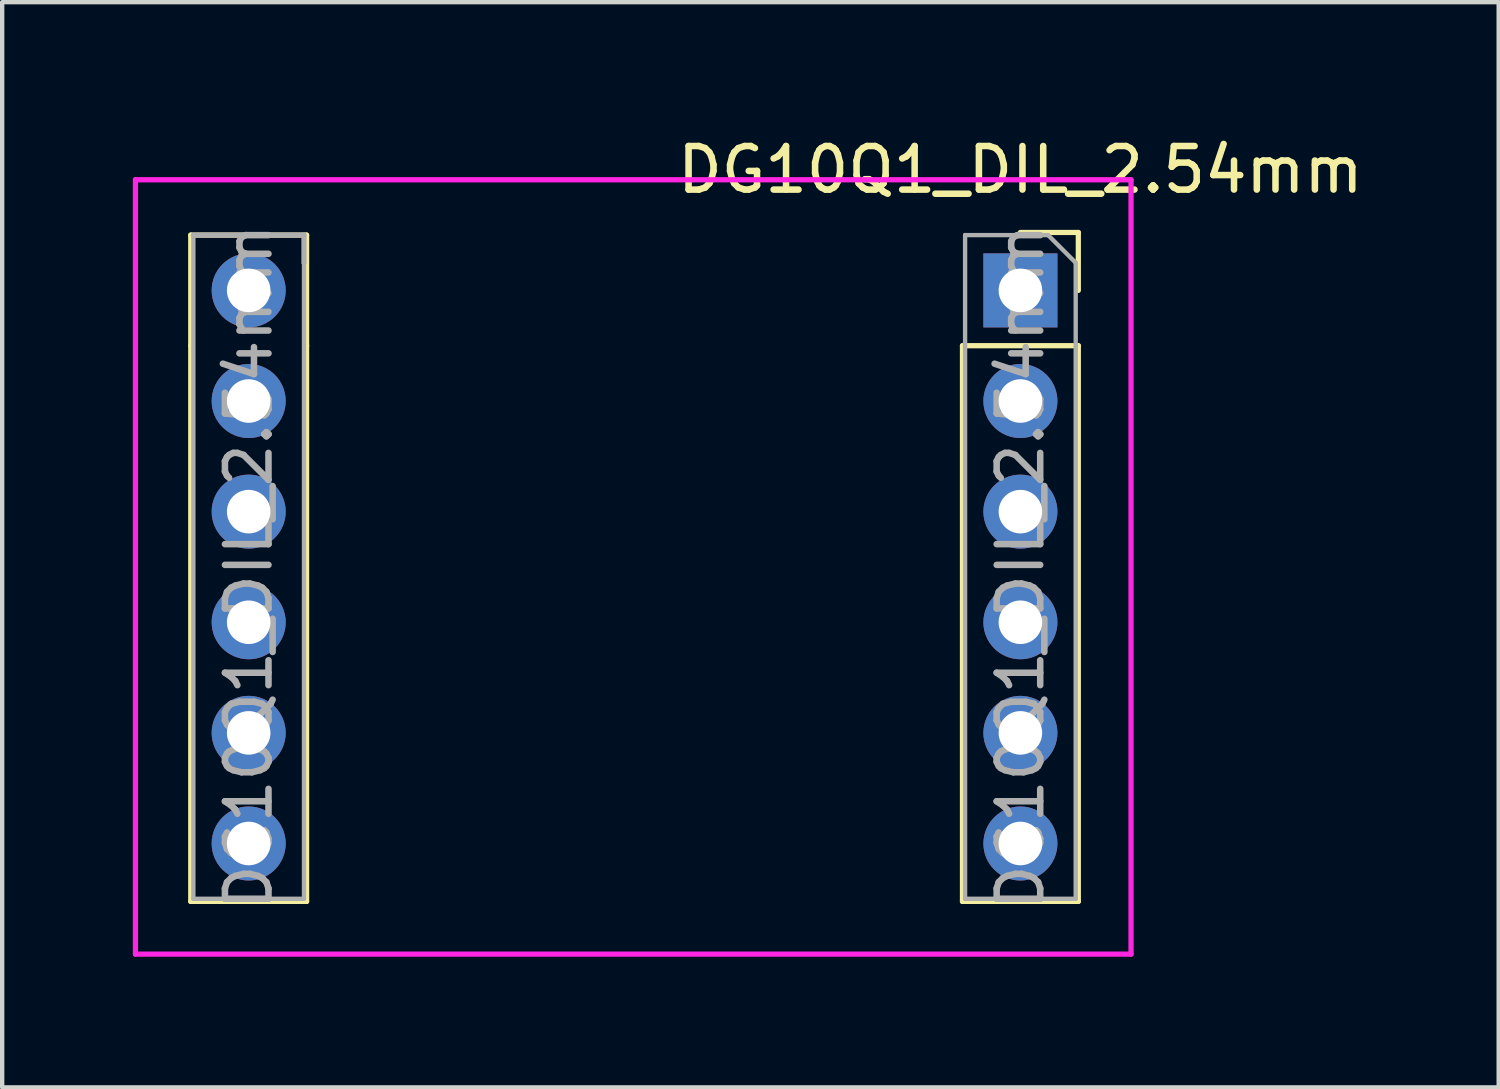
<source format=kicad_pcb>
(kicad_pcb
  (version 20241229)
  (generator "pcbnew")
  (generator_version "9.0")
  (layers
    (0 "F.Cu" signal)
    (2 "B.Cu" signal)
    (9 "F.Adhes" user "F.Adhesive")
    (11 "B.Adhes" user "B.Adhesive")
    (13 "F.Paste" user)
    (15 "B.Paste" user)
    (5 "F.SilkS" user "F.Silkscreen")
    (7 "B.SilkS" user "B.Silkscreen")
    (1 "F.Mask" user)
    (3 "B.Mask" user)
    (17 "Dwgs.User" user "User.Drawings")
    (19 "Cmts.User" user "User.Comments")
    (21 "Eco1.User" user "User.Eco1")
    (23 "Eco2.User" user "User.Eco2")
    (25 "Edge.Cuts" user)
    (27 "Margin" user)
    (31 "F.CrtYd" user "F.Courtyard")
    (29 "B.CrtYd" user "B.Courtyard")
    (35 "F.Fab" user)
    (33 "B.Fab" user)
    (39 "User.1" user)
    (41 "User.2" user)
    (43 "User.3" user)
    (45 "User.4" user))
  (footprint "DG10Q1_DIL_2.54mm"
    (layer "F.Cu")
    (at 11.49 3.618)
    (property "Reference" "DG10Q1_DIL_2.54mm" (at 8.89 -2.77 0) (layer "F.SilkS") (effects (font (size 1 1) (thickness 0.15))))
    (attr through_hole)
    (fp_line (start -10.16 -1.27) (end -7.5 -1.27) (stroke (width 0.12) (type solid)) (layer "F.SilkS"))
    (fp_line (start -10.16 1.27) (end -10.16 -1.27) (stroke (width 0.12) (type solid)) (layer "F.SilkS"))
    (fp_line (start -10.16 1.27) (end -10.16 14.03) (stroke (width 0.12) (type solid)) (layer "F.SilkS"))
    (fp_line (start -10.16 14.03) (end -7.5 14.03) (stroke (width 0.12) (type solid)) (layer "F.SilkS"))
    (fp_line (start -7.5 1.27) (end -7.5 -1.27) (stroke (width 0.12) (type solid)) (layer "F.SilkS"))
    (fp_line (start -7.5 1.27) (end -7.5 14.03) (stroke (width 0.12) (type solid)) (layer "F.SilkS"))
    (fp_line (start 7.56 1.27) (end 7.56 14.03) (stroke (width 0.12) (type solid)) (layer "F.SilkS"))
    (fp_line (start 7.56 1.27) (end 10.22 1.27) (stroke (width 0.12) (type solid)) (layer "F.SilkS"))
    (fp_line (start 7.56 14.03) (end 10.22 14.03) (stroke (width 0.12) (type solid)) (layer "F.SilkS"))
    (fp_line (start 8.89 -1.33) (end 10.22 -1.33) (stroke (width 0.12) (type solid)) (layer "F.SilkS"))
    (fp_line (start 10.22 -1.33) (end 10.22 0) (stroke (width 0.12) (type solid)) (layer "F.SilkS"))
    (fp_line (start 10.22 1.27) (end 10.22 14.03) (stroke (width 0.12) (type solid)) (layer "F.SilkS"))
    (fp_line (start 11.43 6.35) (end 13.97 6.35) (stroke (width 0.12) (type solid)) (layer "B.Paste"))
    (fp_line (start 12.7 5.08) (end 13.97 6.35) (stroke (width 0.12) (type solid)) (layer "B.Paste"))
    (fp_line (start 13.97 6.35) (end 12.7 5.08) (stroke (width 0.12) (type solid)) (layer "B.Paste"))
    (fp_line (start 13.97 6.35) (end 12.7 7.62) (stroke (width 0.12) (type solid)) (layer "B.Paste"))
    (fp_line (start -11.43 -2.54) (end 11.43 -2.54) (stroke (width 0.12) (type solid)) (layer "F.CrtYd"))
    (fp_line (start -11.43 15.24) (end -11.43 -2.54) (stroke (width 0.12) (type solid)) (layer "F.CrtYd"))
    (fp_line (start 11.43 -2.54) (end 11.43 15.24) (stroke (width 0.12) (type solid)) (layer "F.CrtYd"))
    (fp_line (start 11.43 15.24) (end -11.43 15.24) (stroke (width 0.12) (type solid)) (layer "F.CrtYd"))
    (fp_line (start -10.1 -1.27) (end -7.56 -1.27) (stroke (width 0.12) (type solid)) (layer "F.Fab"))
    (fp_line (start -10.1 13.97) (end -10.1 -1.27) (stroke (width 0.1) (type solid)) (layer "F.Fab"))
    (fp_line (start -7.56 -1.27) (end -7.56 -0.635) (stroke (width 0.12) (type solid)) (layer "F.Fab"))
    (fp_line (start -7.56 -0.635) (end -7.56 13.97) (stroke (width 0.1) (type solid)) (layer "F.Fab"))
    (fp_line (start -7.56 13.97) (end -10.1 13.97) (stroke (width 0.1) (type solid)) (layer "F.Fab"))
    (fp_line (start 7.62 -1.27) (end 9.525 -1.27) (stroke (width 0.1) (type solid)) (layer "F.Fab"))
    (fp_line (start 7.62 13.97) (end 7.62 -1.27) (stroke (width 0.1) (type solid)) (layer "F.Fab"))
    (fp_line (start 9.525 -1.27) (end 10.16 -0.635) (stroke (width 0.1) (type solid)) (layer "F.Fab"))
    (fp_line (start 10.16 -0.635) (end 10.16 13.97) (stroke (width 0.1) (type solid)) (layer "F.Fab"))
    (fp_line (start 10.16 13.97) (end 7.62 13.97) (stroke (width 0.1) (type solid)) (layer "F.Fab"))
    (fp_text user "${REFERENCE}" (at 8.89 6.35 90) (layer "F.Fab") (effects (font (size 1 1) (thickness 0.15))))
    (fp_text user "${REFERENCE}" (at -8.83 6.35 90) (layer "F.Fab") (effects (font (size 1 1) (thickness 0.15))))
    (pad "1" thru_hole rect (at 8.89 0) (size 1.7 1.7) (drill 1) (layers "*.Cu" "*.Mask"))
    (pad "2" thru_hole oval (at 8.89 2.54) (size 1.7 1.7) (drill 1) (layers "*.Cu" "*.Mask"))
    (pad "3" thru_hole oval (at 8.89 5.08) (size 1.7 1.7) (drill 1) (layers "*.Cu" "*.Mask"))
    (pad "4" thru_hole oval (at 8.89 7.62) (size 1.7 1.7) (drill 1) (layers "*.Cu" "*.Mask"))
    (pad "5" thru_hole oval (at 8.89 10.16) (size 1.7 1.7) (drill 1) (layers "*.Cu" "*.Mask"))
    (pad "6" thru_hole oval (at 8.89 12.7) (size 1.7 1.7) (drill 1) (layers "*.Cu" "*.Mask"))
    (pad "7" thru_hole oval (at -8.83 12.7) (size 1.7 1.7) (drill 1) (layers "*.Cu" "*.Mask"))
    (pad "8" thru_hole oval (at -8.83 10.16) (size 1.7 1.7) (drill 1) (layers "*.Cu" "*.Mask"))
    (pad "9" thru_hole oval (at -8.83 7.62) (size 1.7 1.7) (drill 1) (layers "*.Cu" "*.Mask"))
    (pad "10" thru_hole oval (at -8.83 5.08) (size 1.7 1.7) (drill 1) (layers "*.Cu" "*.Mask"))
    (pad "11" thru_hole oval (at -8.83 2.54) (size 1.7 1.7) (drill 1) (layers "*.Cu" "*.Mask"))
    (pad "12" thru_hole oval (at -8.83 0) (size 1.7 1.7) (drill 1) (layers "*.Cu" "*.Mask")))
  (gr_rect
    (start -3 -3)
    (end 31.362 21.918)
    (stroke (width 0.1) (type default))
    (fill no)
    (layer "Edge.Cuts")))
</source>
